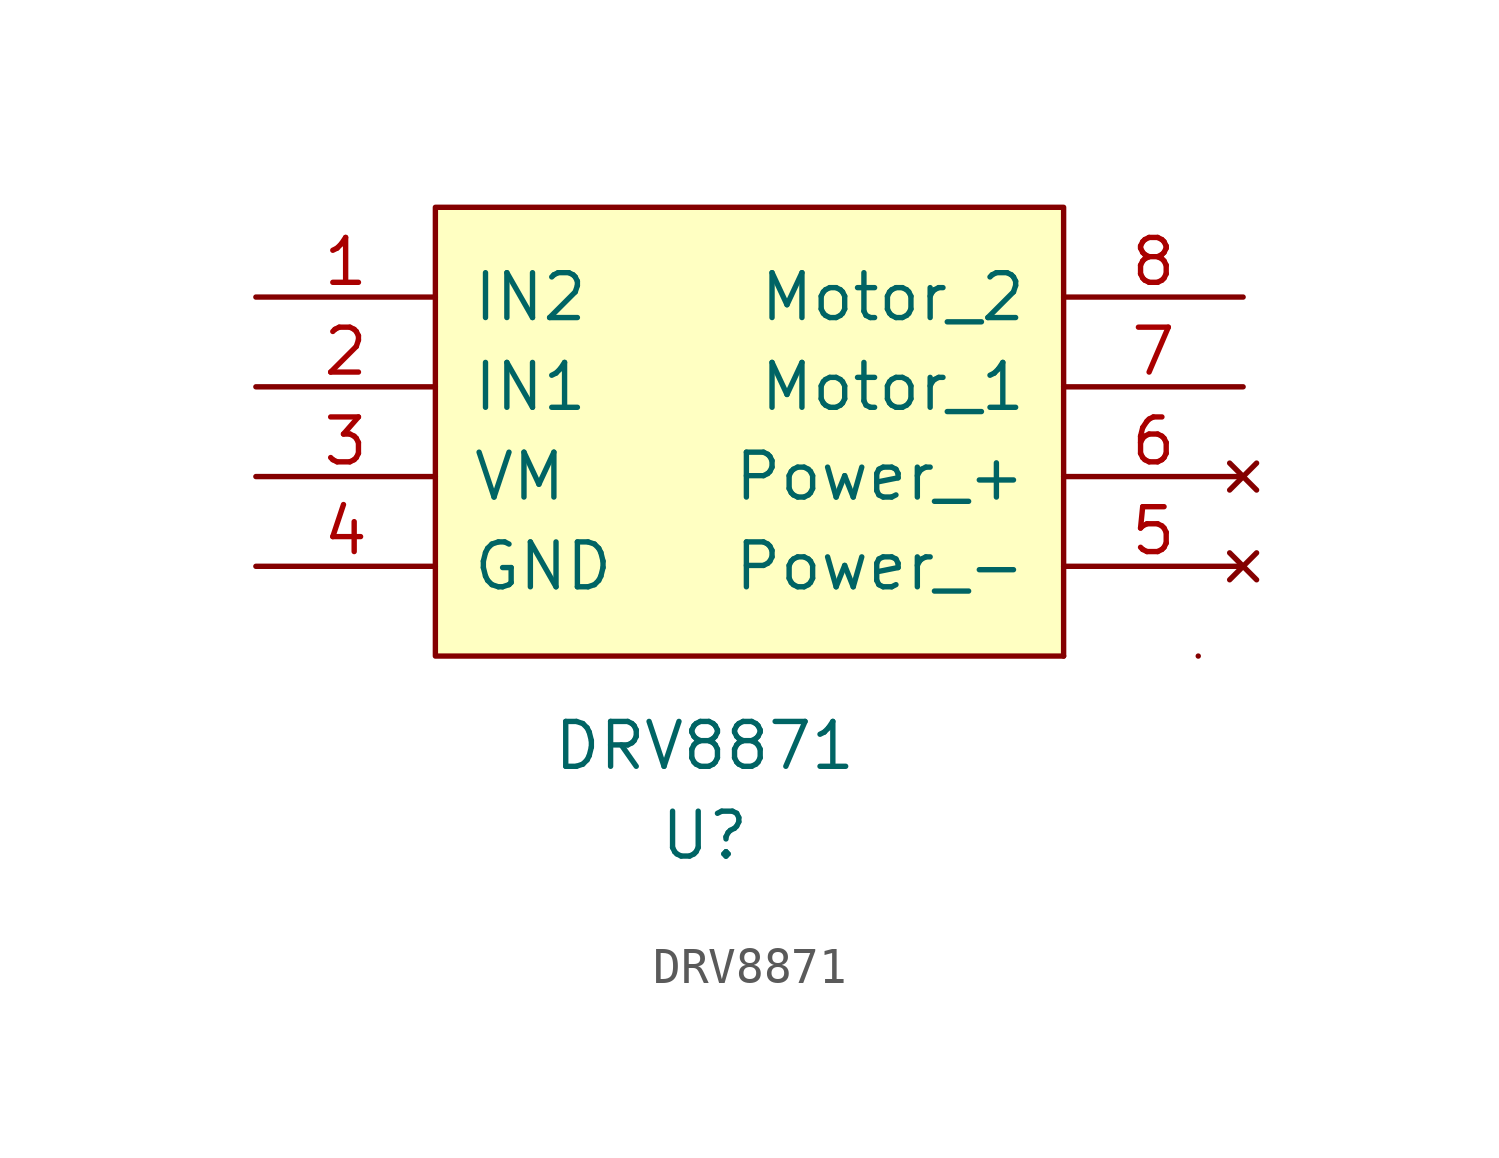
<source format=kicad_sym>
(kicad_symbol_lib
  (version 20220914)
  (generator kicad_symbol_editor)
  (symbol "DRV8871"
    (pin_names
      (offset 1.016))
    (property "Reference" "U"
      (at 0 -11.43 0)
      (effects (font (size 1.27 1.27))))
    (property "Value" "DRV8871"
      (at 0 -8.89 0)
      (effects (font (size 1.27 1.27))))
    (symbol "DRV8871_0_1"
      (rectangle (start -7.62 6.35) (end 10.16 -6.35) (stroke (width 0) (type solid)) (fill (type background)))
      (rectangle (start 10.16 -6.35) (end 10.16 -6.35) (stroke (width 0) (type solid)) (fill (type none)))
      (rectangle (start 13.97 -6.35) (end 13.97 -6.35) (stroke (width 0) (type solid)) (fill (type none))))
    (symbol "DRV8871_1_1"
      (pin input line (at -12.7 3.81 0) (length 5.08) (name "IN2" (effects (font (size 1.27 1.27)))) (number "1" (effects (font (size 1.27 1.27)))))
      (pin input line (at -12.7 1.27 0) (length 5.08) (name "IN1" (effects (font (size 1.27 1.27)))) (number "2" (effects (font (size 1.27 1.27)))))
      (pin power_in line (at -12.7 -1.27 0) (length 5.08) (name "VM" (effects (font (size 1.27 1.27)))) (number "3" (effects (font (size 1.27 1.27)))))
      (pin power_in line (at -12.7 -3.81 0) (length 5.08) (name "GND" (effects (font (size 1.27 1.27)))) (number "4" (effects (font (size 1.27 1.27)))))
      (pin no_connect line (at 15.24 -3.81 180) (length 5.08) (name "Power_-" (effects (font (size 1.27 1.27)))) (number "5" (effects (font (size 1.27 1.27)))))
      (pin no_connect line (at 15.24 -1.27 180) (length 5.08) (name "Power_+" (effects (font (size 1.27 1.27)))) (number "6" (effects (font (size 1.27 1.27)))))
      (pin output line (at 15.24 1.27 180) (length 5.08) (name "Motor_1" (effects (font (size 1.27 1.27)))) (number "7" (effects (font (size 1.27 1.27)))))
      (pin output line (at 15.24 3.81 180) (length 5.08) (name "Motor_2" (effects (font (size 1.27 1.27)))) (number "8" (effects (font (size 1.27 1.27))))))))
</source>
